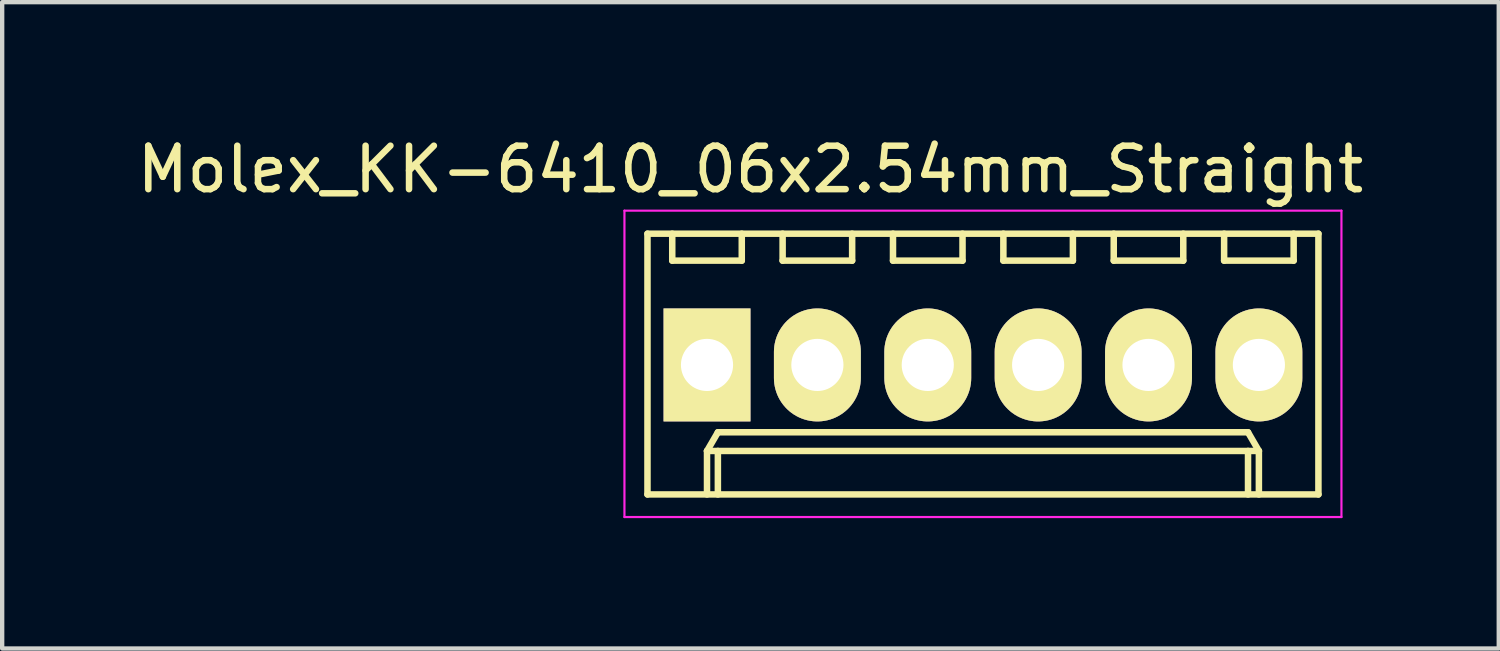
<source format=kicad_pcb>
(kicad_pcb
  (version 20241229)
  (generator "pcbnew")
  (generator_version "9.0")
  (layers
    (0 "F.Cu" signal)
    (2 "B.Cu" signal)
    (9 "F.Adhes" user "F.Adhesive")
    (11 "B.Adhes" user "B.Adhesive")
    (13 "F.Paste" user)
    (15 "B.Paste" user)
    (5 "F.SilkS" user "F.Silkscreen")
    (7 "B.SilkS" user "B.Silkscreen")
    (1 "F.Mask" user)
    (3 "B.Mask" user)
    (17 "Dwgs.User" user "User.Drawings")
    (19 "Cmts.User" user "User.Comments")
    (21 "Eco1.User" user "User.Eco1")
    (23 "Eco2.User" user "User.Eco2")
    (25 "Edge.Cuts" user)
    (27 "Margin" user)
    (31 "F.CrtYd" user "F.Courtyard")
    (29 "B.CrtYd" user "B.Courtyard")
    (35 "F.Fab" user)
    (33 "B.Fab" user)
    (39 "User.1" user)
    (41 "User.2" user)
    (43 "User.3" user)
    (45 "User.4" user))
  (footprint "Molex_KK-6410_06x2.54mm_Straight"
    (layer "F.Cu")
    (at 13.22 5.348)
    (property "Reference" "Molex_KK-6410_06x2.54mm_Straight" (at 1 -4.5 0) (layer "F.SilkS") (effects (font (size 1 1) (thickness 0.15))))
    (attr through_hole)
    (fp_line (start -1.37 -3.02) (end -1.37 2.98) (stroke (width 0.15) (type solid)) (layer "F.SilkS"))
    (fp_line (start -1.37 2.98) (end 14.07 2.98) (stroke (width 0.15) (type solid)) (layer "F.SilkS"))
    (fp_line (start -0.8 -3.02) (end -0.8 -2.4) (stroke (width 0.15) (type solid)) (layer "F.SilkS"))
    (fp_line (start -0.8 -2.4) (end 0.8 -2.4) (stroke (width 0.15) (type solid)) (layer "F.SilkS"))
    (fp_line (start 0 1.98) (end 0.25 1.55) (stroke (width 0.15) (type solid)) (layer "F.SilkS"))
    (fp_line (start 0 1.98) (end 12.7 1.98) (stroke (width 0.15) (type solid)) (layer "F.SilkS"))
    (fp_line (start 0 2.98) (end 0 1.98) (stroke (width 0.15) (type solid)) (layer "F.SilkS"))
    (fp_line (start 0.25 1.55) (end 12.45 1.55) (stroke (width 0.15) (type solid)) (layer "F.SilkS"))
    (fp_line (start 0.25 2.98) (end 0.25 1.98) (stroke (width 0.15) (type solid)) (layer "F.SilkS"))
    (fp_line (start 0.8 -2.4) (end 0.8 -3.02) (stroke (width 0.15) (type solid)) (layer "F.SilkS"))
    (fp_line (start 1.74 -3.02) (end 1.74 -2.4) (stroke (width 0.15) (type solid)) (layer "F.SilkS"))
    (fp_line (start 1.74 -2.4) (end 3.34 -2.4) (stroke (width 0.15) (type solid)) (layer "F.SilkS"))
    (fp_line (start 3.34 -2.4) (end 3.34 -3.02) (stroke (width 0.15) (type solid)) (layer "F.SilkS"))
    (fp_line (start 4.28 -3.02) (end 4.28 -2.4) (stroke (width 0.15) (type solid)) (layer "F.SilkS"))
    (fp_line (start 4.28 -2.4) (end 5.88 -2.4) (stroke (width 0.15) (type solid)) (layer "F.SilkS"))
    (fp_line (start 5.88 -2.4) (end 5.88 -3.02) (stroke (width 0.15) (type solid)) (layer "F.SilkS"))
    (fp_line (start 6.82 -3.02) (end 6.82 -2.4) (stroke (width 0.15) (type solid)) (layer "F.SilkS"))
    (fp_line (start 6.82 -2.4) (end 8.42 -2.4) (stroke (width 0.15) (type solid)) (layer "F.SilkS"))
    (fp_line (start 8.42 -2.4) (end 8.42 -3.02) (stroke (width 0.15) (type solid)) (layer "F.SilkS"))
    (fp_line (start 9.36 -3.02) (end 9.36 -2.4) (stroke (width 0.15) (type solid)) (layer "F.SilkS"))
    (fp_line (start 9.36 -2.4) (end 10.96 -2.4) (stroke (width 0.15) (type solid)) (layer "F.SilkS"))
    (fp_line (start 10.96 -2.4) (end 10.96 -3.02) (stroke (width 0.15) (type solid)) (layer "F.SilkS"))
    (fp_line (start 11.9 -3.02) (end 11.9 -2.4) (stroke (width 0.15) (type solid)) (layer "F.SilkS"))
    (fp_line (start 11.9 -2.4) (end 13.5 -2.4) (stroke (width 0.15) (type solid)) (layer "F.SilkS"))
    (fp_line (start 12.45 1.55) (end 12.7 1.98) (stroke (width 0.15) (type solid)) (layer "F.SilkS"))
    (fp_line (start 12.45 2.98) (end 12.45 1.98) (stroke (width 0.15) (type solid)) (layer "F.SilkS"))
    (fp_line (start 12.7 1.98) (end 12.7 2.98) (stroke (width 0.15) (type solid)) (layer "F.SilkS"))
    (fp_line (start 13.5 -2.4) (end 13.5 -3.02) (stroke (width 0.15) (type solid)) (layer "F.SilkS"))
    (fp_line (start 14.07 -3.02) (end -1.37 -3.02) (stroke (width 0.15) (type solid)) (layer "F.SilkS"))
    (fp_line (start 14.07 2.98) (end 14.07 -3.02) (stroke (width 0.15) (type solid)) (layer "F.SilkS"))
    (fp_line (start -1.9 -3.55) (end 14.6 -3.55) (stroke (width 0.05) (type solid)) (layer "F.CrtYd"))
    (fp_line (start -1.9 3.5) (end -1.9 -3.55) (stroke (width 0.05) (type solid)) (layer "F.CrtYd"))
    (fp_line (start 14.6 -3.55) (end 14.6 3.5) (stroke (width 0.05) (type solid)) (layer "F.CrtYd"))
    (fp_line (start 14.6 3.5) (end -1.9 3.5) (stroke (width 0.05) (type solid)) (layer "F.CrtYd"))
    (pad "1" thru_hole rect (at 0 0) (size 2 2.6) (drill 1.2) (layers "*.Cu" "*.Mask" "F.SilkS"))
    (pad "2" thru_hole oval (at 2.54 0) (size 2 2.6) (drill 1.2) (layers "*.Cu" "*.Mask" "F.SilkS"))
    (pad "3" thru_hole oval (at 5.08 0) (size 2 2.6) (drill 1.2) (layers "*.Cu" "*.Mask" "F.SilkS"))
    (pad "4" thru_hole oval (at 7.62 0) (size 2 2.6) (drill 1.2) (layers "*.Cu" "*.Mask" "F.SilkS"))
    (pad "5" thru_hole oval (at 10.16 0) (size 2 2.6) (drill 1.2) (layers "*.Cu" "*.Mask" "F.SilkS"))
    (pad "6" thru_hole oval (at 12.7 0) (size 2 2.6) (drill 1.2) (layers "*.Cu" "*.Mask" "F.SilkS")))
  (gr_rect
    (start -3 -3)
    (end 31.44 11.873)
    (stroke (width 0.1) (type default))
    (fill no)
    (layer "Edge.Cuts")))
</source>
